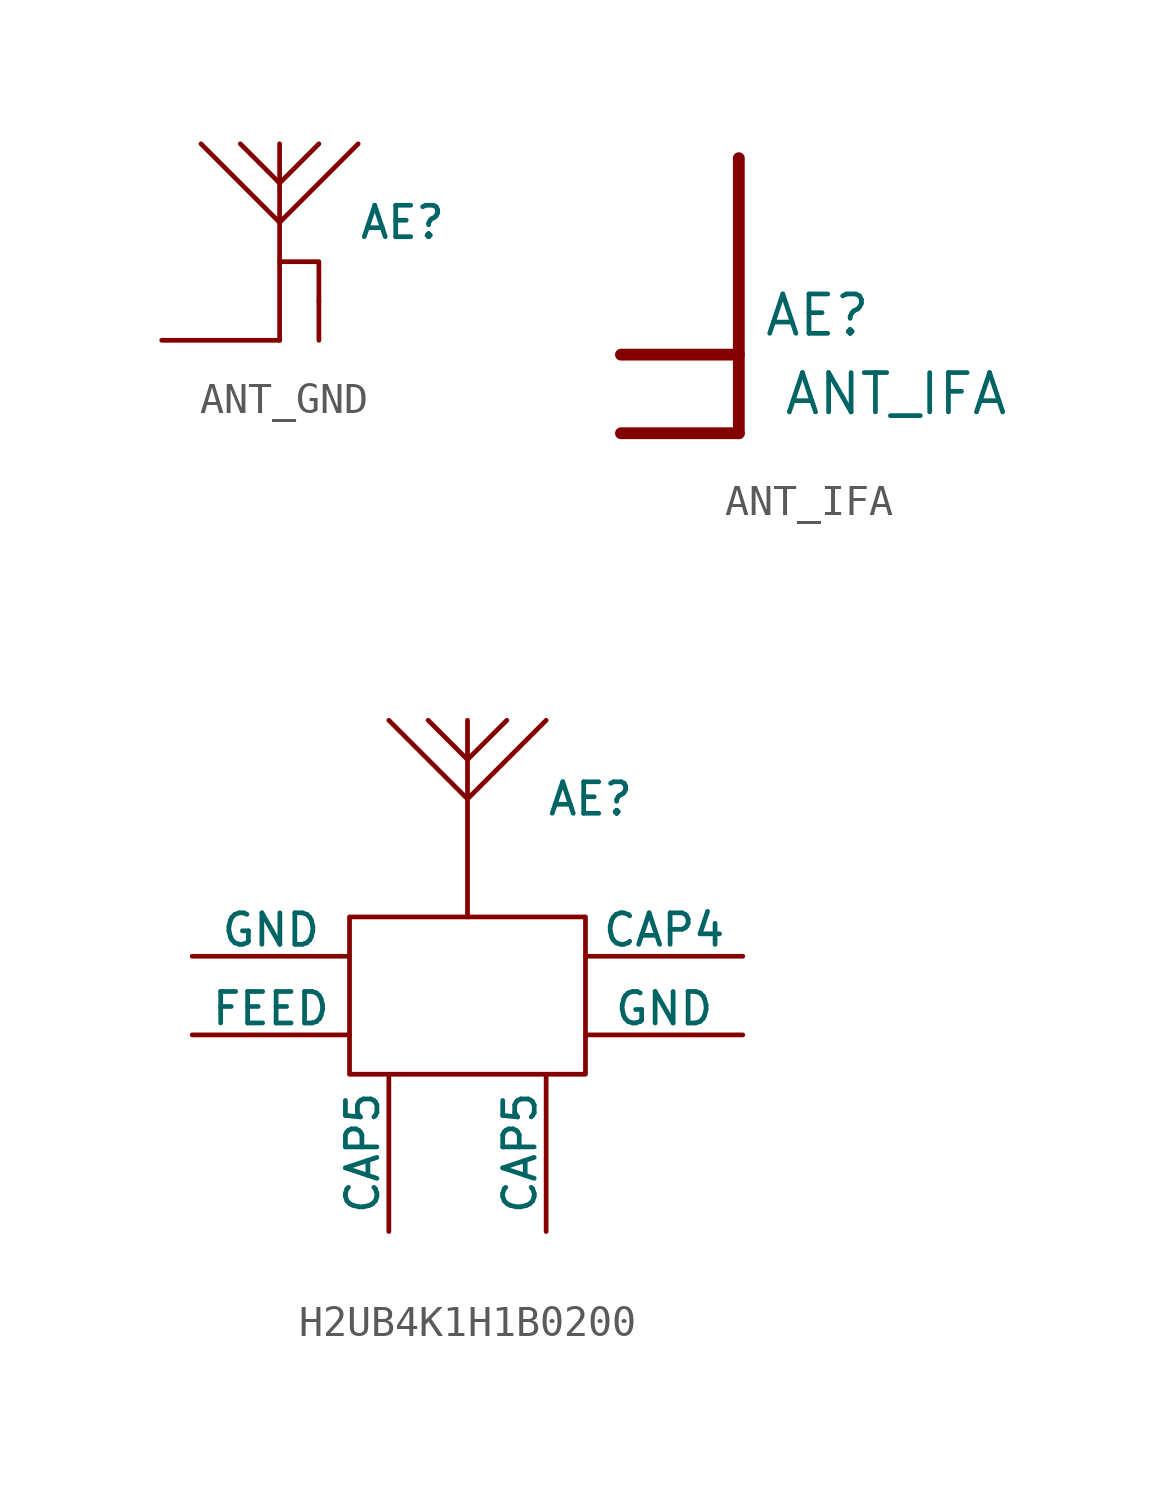
<source format=kicad_sym>
(kicad_symbol_lib
  (version 20211014)
  (generator kicad_symbol_editor)
  (symbol "ANT_GND"
    (pin_numbers hide)
    (pin_names
      (offset 1.016))
    (property "Reference" "AE"
      (at 2.54 -1.27 0)
      (effects (font (size 1.016 1.016)) (justify left)))
    (symbol "ANT_GND_0_0"
      (pin passive line (at 1.27 -5.08 90) (length 1.27) (name "" (effects (font (size 1.27 1.27)))) (number "GND" (effects (font (size 1 1))))))
    (symbol "ANT_GND_0_1"
      (polyline (pts (xy 0 -1.27) (xy -2.54 1.27)) (stroke (width 0) (type default) (color 0 0 0 0)) (fill (type none)))
      (polyline (pts (xy 0 0) (xy -1.27 1.27)) (stroke (width 0) (type default) (color 0 0 0 0)) (fill (type none)))
      (polyline (pts (xy 0 0) (xy 1.27 1.27)) (stroke (width 0) (type default) (color 0 0 0 0)) (fill (type none)))
      (polyline (pts (xy 0 1.27) (xy 0 -1.27)) (stroke (width 0) (type default) (color 0 0 0 0)) (fill (type none)))
      (polyline (pts (xy 0 -5.08) (xy 0 -1.27) (xy 2.54 1.27)) (stroke (width 0) (type default) (color 0 0 0 0)) (fill (type none)))
      (polyline (pts (xy 1.27 -3.81) (xy 1.27 -2.54) (xy 0 -2.54)) (stroke (width 0) (type default) (color 0 0 0 0)) (fill (type none))))
    (symbol "ANT_GND_1_1"
      (pin passive line (at -3.81 -5.08 0) (length 3.81) (name "~" (effects (font (size 1.27 1.27)))) (number "ANT" (effects (font (size 1.27 1.27)))))))
  (symbol "ANT_IFA"
    (pin_numbers hide)
    (property "Reference" "AE"
      (at 6.35 1.27 0)
      (effects (font (size 1.27 1.27))))
    (property "Value" "ANT_IFA"
      (at 8.89 -1.27 0)
      (effects (font (size 1.27 1.27))))
    (symbol "ANT_IFA_0_0"
      (pin passive line (at 0 0 0) (length 0) (name "" (effects (font (size 1.27 1.27)))) (number "ANT" (effects (font (size 1 1)))))
      (pin passive line (at 0 -2.54 0) (length 0) (name "" (effects (font (size 1.27 1.27)))) (number "GND" (effects (font (size 1 1))))))
    (symbol "ANT_IFA_0_1"
      (polyline (pts (xy 0 -2.54) (xy 3.81 -2.54)) (stroke (width 0.381) (type default) (color 0 0 0 0)) (fill (type none)))
      (polyline (pts (xy 0 0) (xy 3.81 0)) (stroke (width 0.381) (type default) (color 0 0 0 0)) (fill (type none)))
      (polyline (pts (xy 3.81 -2.54) (xy 3.81 6.35)) (stroke (width 0.381) (type default) (color 0 0 0 0)) (fill (type none)))))
  (symbol "H2UB4K1H1B0200"
    (pin_numbers hide)
    (pin_names
      (offset 0))
    (property "Reference" "AE"
      (at 2.54 -1.27 0)
      (effects (font (size 1.016 1.016)) (justify left)))
    (symbol "H2UB4K1H1B0200_0_1"
      (rectangle (start -3.81 -5.08) (end 3.81 -10.16) (stroke (width 0) (type default) (color 0 0 0 0)) (fill (type none)))
      (polyline (pts (xy 0 -1.27) (xy -2.54 1.27)) (stroke (width 0) (type default) (color 0 0 0 0)) (fill (type none)))
      (polyline (pts (xy 0 0) (xy -1.27 1.27)) (stroke (width 0) (type default) (color 0 0 0 0)) (fill (type none)))
      (polyline (pts (xy 0 0) (xy 1.27 1.27)) (stroke (width 0) (type default) (color 0 0 0 0)) (fill (type none)))
      (polyline (pts (xy 0 1.27) (xy 0 -1.27)) (stroke (width 0) (type default) (color 0 0 0 0)) (fill (type none)))
      (polyline (pts (xy 0 -5.08) (xy 0 -1.27) (xy 2.54 1.27)) (stroke (width 0) (type default) (color 0 0 0 0)) (fill (type none))))
    (symbol "H2UB4K1H1B0200_1_1"
      (pin passive line (at -8.89 -8.89 0) (length 5.08) (name "FEED" (effects (font (size 1.016 1.016)))) (number "1" (effects (font (size 1.016 1.016)))))
      (pin passive line (at -8.89 -6.35 0) (length 5.08) (name "GND" (effects (font (size 1.016 1.016)))) (number "2" (effects (font (size 1.016 1.016)))))
      (pin passive line (at 8.89 -6.35 180) (length 5.08) (name "CAP4" (effects (font (size 1.016 1.016)))) (number "3" (effects (font (size 1.016 1.016)))))
      (pin passive line (at 8.89 -8.89 180) (length 5.08) (name "GND" (effects (font (size 1.016 1.016)))) (number "4" (effects (font (size 1.016 1.016)))))
      (pin passive line (at -2.54 -15.24 90) (length 5.08) (name "CAP5" (effects (font (size 1.016 1.016)))) (number "5" (effects (font (size 1.016 1.016)))))
      (pin passive line (at 2.54 -15.24 90) (length 5.08) (name "CAP5" (effects (font (size 1.016 1.016)))) (number "6" (effects (font (size 1.016 1.016))))))))
</source>
